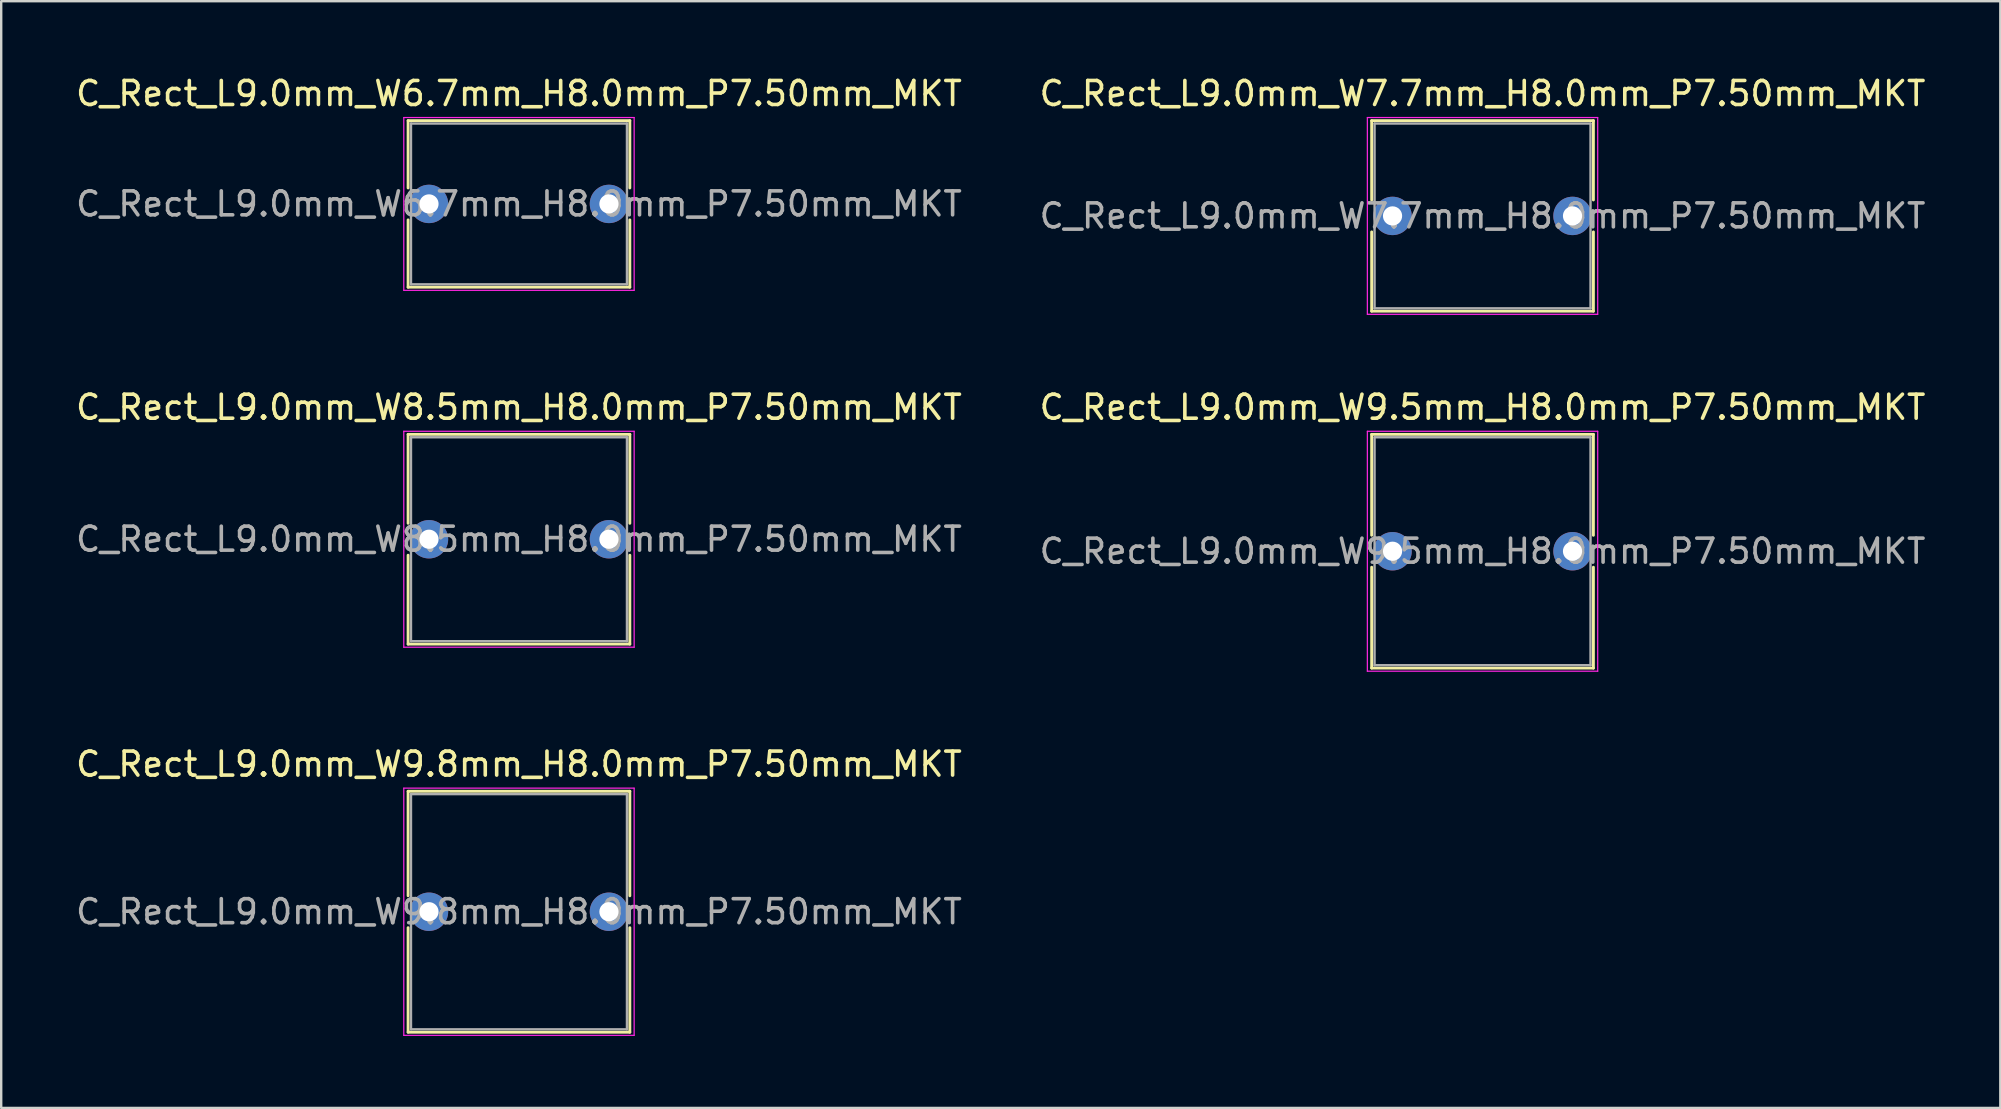
<source format=kicad_pcb>
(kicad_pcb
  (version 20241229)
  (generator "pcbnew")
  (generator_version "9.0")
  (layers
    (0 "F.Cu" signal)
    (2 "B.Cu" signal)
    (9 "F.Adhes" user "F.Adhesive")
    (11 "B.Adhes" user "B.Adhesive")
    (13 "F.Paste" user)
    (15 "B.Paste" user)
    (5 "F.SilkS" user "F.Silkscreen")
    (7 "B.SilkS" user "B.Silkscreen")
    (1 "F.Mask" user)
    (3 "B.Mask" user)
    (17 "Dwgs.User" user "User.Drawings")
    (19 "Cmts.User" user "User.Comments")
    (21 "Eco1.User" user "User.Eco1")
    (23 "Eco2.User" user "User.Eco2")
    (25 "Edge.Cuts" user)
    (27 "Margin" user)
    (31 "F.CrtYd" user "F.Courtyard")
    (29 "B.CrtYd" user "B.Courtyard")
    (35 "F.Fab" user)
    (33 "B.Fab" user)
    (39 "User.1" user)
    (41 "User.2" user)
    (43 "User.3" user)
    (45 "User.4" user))
  (footprint "C_Rect_L9.0mm_W6.7mm_H8.0mm_P7.50mm_MKT"
    (layer "F.Cu")
    (at 14.827 5.448)
    (property "Reference" "C_Rect_L9.0mm_W6.7mm_H8.0mm_P7.50mm_MKT" (at 3.75 -4.6 0) (layer "F.SilkS") (effects (font (size 1 1) (thickness 0.15))))
    (attr through_hole)
    (fp_line (start -0.87 -3.47) (end -0.87 -0.665) (stroke (width 0.12) (type solid)) (layer "F.SilkS"))
    (fp_line (start -0.87 -3.47) (end 8.37 -3.47) (stroke (width 0.12) (type solid)) (layer "F.SilkS"))
    (fp_line (start -0.87 0.665) (end -0.87 3.47) (stroke (width 0.12) (type solid)) (layer "F.SilkS"))
    (fp_line (start -0.87 3.47) (end 8.37 3.47) (stroke (width 0.12) (type solid)) (layer "F.SilkS"))
    (fp_line (start 8.37 -3.47) (end 8.37 -0.665) (stroke (width 0.12) (type solid)) (layer "F.SilkS"))
    (fp_line (start 8.37 0.665) (end 8.37 3.47) (stroke (width 0.12) (type solid)) (layer "F.SilkS"))
    (fp_line (start -1.05 -3.6) (end -1.05 3.6) (stroke (width 0.05) (type solid)) (layer "F.CrtYd"))
    (fp_line (start -1.05 3.6) (end 8.55 3.6) (stroke (width 0.05) (type solid)) (layer "F.CrtYd"))
    (fp_line (start 8.55 -3.6) (end -1.05 -3.6) (stroke (width 0.05) (type solid)) (layer "F.CrtYd"))
    (fp_line (start 8.55 3.6) (end 8.55 -3.6) (stroke (width 0.05) (type solid)) (layer "F.CrtYd"))
    (fp_line (start -0.75 -3.35) (end -0.75 3.35) (stroke (width 0.1) (type solid)) (layer "F.Fab"))
    (fp_line (start -0.75 3.35) (end 8.25 3.35) (stroke (width 0.1) (type solid)) (layer "F.Fab"))
    (fp_line (start 8.25 -3.35) (end -0.75 -3.35) (stroke (width 0.1) (type solid)) (layer "F.Fab"))
    (fp_line (start 8.25 3.35) (end 8.25 -3.35) (stroke (width 0.1) (type solid)) (layer "F.Fab"))
    (fp_text user "${REFERENCE}" (at 3.75 0 0) (layer "F.Fab") (effects (font (size 1 1) (thickness 0.15))))
    (pad "1" thru_hole circle (at 0 0) (size 1.6 1.6) (drill 0.8) (layers "*.Cu" "*.Mask"))
    (pad "2" thru_hole circle (at 7.5 0) (size 1.6 1.6) (drill 0.8) (layers "*.Cu" "*.Mask")))
  (footprint "C_Rect_L9.0mm_W7.7mm_H8.0mm_P7.50mm_MKT"
    (layer "F.Cu")
    (at 54.982 5.948)
    (property "Reference" "C_Rect_L9.0mm_W7.7mm_H8.0mm_P7.50mm_MKT" (at 3.75 -5.1 0) (layer "F.SilkS") (effects (font (size 1 1) (thickness 0.15))))
    (attr through_hole)
    (fp_line (start -0.87 -3.97) (end -0.87 -0.665) (stroke (width 0.12) (type solid)) (layer "F.SilkS"))
    (fp_line (start -0.87 -3.97) (end 8.37 -3.97) (stroke (width 0.12) (type solid)) (layer "F.SilkS"))
    (fp_line (start -0.87 0.665) (end -0.87 3.97) (stroke (width 0.12) (type solid)) (layer "F.SilkS"))
    (fp_line (start -0.87 3.97) (end 8.37 3.97) (stroke (width 0.12) (type solid)) (layer "F.SilkS"))
    (fp_line (start 8.37 -3.97) (end 8.37 -0.665) (stroke (width 0.12) (type solid)) (layer "F.SilkS"))
    (fp_line (start 8.37 0.665) (end 8.37 3.97) (stroke (width 0.12) (type solid)) (layer "F.SilkS"))
    (fp_line (start -1.05 -4.1) (end -1.05 4.1) (stroke (width 0.05) (type solid)) (layer "F.CrtYd"))
    (fp_line (start -1.05 4.1) (end 8.55 4.1) (stroke (width 0.05) (type solid)) (layer "F.CrtYd"))
    (fp_line (start 8.55 -4.1) (end -1.05 -4.1) (stroke (width 0.05) (type solid)) (layer "F.CrtYd"))
    (fp_line (start 8.55 4.1) (end 8.55 -4.1) (stroke (width 0.05) (type solid)) (layer "F.CrtYd"))
    (fp_line (start -0.75 -3.85) (end -0.75 3.85) (stroke (width 0.1) (type solid)) (layer "F.Fab"))
    (fp_line (start -0.75 3.85) (end 8.25 3.85) (stroke (width 0.1) (type solid)) (layer "F.Fab"))
    (fp_line (start 8.25 -3.85) (end -0.75 -3.85) (stroke (width 0.1) (type solid)) (layer "F.Fab"))
    (fp_line (start 8.25 3.85) (end 8.25 -3.85) (stroke (width 0.1) (type solid)) (layer "F.Fab"))
    (fp_text user "${REFERENCE}" (at 3.75 0 0) (layer "F.Fab") (effects (font (size 1 1) (thickness 0.15))))
    (pad "1" thru_hole circle (at 0 0) (size 1.6 1.6) (drill 0.8) (layers "*.Cu" "*.Mask"))
    (pad "2" thru_hole circle (at 7.5 0) (size 1.6 1.6) (drill 0.8) (layers "*.Cu" "*.Mask")))
  (footprint "C_Rect_L9.0mm_W9.8mm_H8.0mm_P7.50mm_MKT"
    (layer "F.Cu")
    (at 14.827 34.945)
    (property "Reference" "C_Rect_L9.0mm_W9.8mm_H8.0mm_P7.50mm_MKT" (at 3.75 -6.15 0) (layer "F.SilkS") (effects (font (size 1 1) (thickness 0.15))))
    (attr through_hole)
    (fp_line (start -0.87 -5.02) (end -0.87 -0.665) (stroke (width 0.12) (type solid)) (layer "F.SilkS"))
    (fp_line (start -0.87 -5.02) (end 8.37 -5.02) (stroke (width 0.12) (type solid)) (layer "F.SilkS"))
    (fp_line (start -0.87 0.665) (end -0.87 5.02) (stroke (width 0.12) (type solid)) (layer "F.SilkS"))
    (fp_line (start -0.87 5.02) (end 8.37 5.02) (stroke (width 0.12) (type solid)) (layer "F.SilkS"))
    (fp_line (start 8.37 -5.02) (end 8.37 -0.665) (stroke (width 0.12) (type solid)) (layer "F.SilkS"))
    (fp_line (start 8.37 0.665) (end 8.37 5.02) (stroke (width 0.12) (type solid)) (layer "F.SilkS"))
    (fp_line (start -1.05 -5.15) (end -1.05 5.15) (stroke (width 0.05) (type solid)) (layer "F.CrtYd"))
    (fp_line (start -1.05 5.15) (end 8.55 5.15) (stroke (width 0.05) (type solid)) (layer "F.CrtYd"))
    (fp_line (start 8.55 -5.15) (end -1.05 -5.15) (stroke (width 0.05) (type solid)) (layer "F.CrtYd"))
    (fp_line (start 8.55 5.15) (end 8.55 -5.15) (stroke (width 0.05) (type solid)) (layer "F.CrtYd"))
    (fp_line (start -0.75 -4.9) (end -0.75 4.9) (stroke (width 0.1) (type solid)) (layer "F.Fab"))
    (fp_line (start -0.75 4.9) (end 8.25 4.9) (stroke (width 0.1) (type solid)) (layer "F.Fab"))
    (fp_line (start 8.25 -4.9) (end -0.75 -4.9) (stroke (width 0.1) (type solid)) (layer "F.Fab"))
    (fp_line (start 8.25 4.9) (end 8.25 -4.9) (stroke (width 0.1) (type solid)) (layer "F.Fab"))
    (fp_text user "${REFERENCE}" (at 3.75 0 0) (layer "F.Fab") (effects (font (size 1 1) (thickness 0.15))))
    (pad "1" thru_hole circle (at 0 0) (size 1.6 1.6) (drill 0.8) (layers "*.Cu" "*.Mask"))
    (pad "2" thru_hole circle (at 7.5 0) (size 1.6 1.6) (drill 0.8) (layers "*.Cu" "*.Mask")))
  (footprint "C_Rect_L9.0mm_W8.5mm_H8.0mm_P7.50mm_MKT"
    (layer "F.Cu")
    (at 14.827 19.422)
    (property "Reference" "C_Rect_L9.0mm_W8.5mm_H8.0mm_P7.50mm_MKT" (at 3.75 -5.5 0) (layer "F.SilkS") (effects (font (size 1 1) (thickness 0.15))))
    (attr through_hole)
    (fp_line (start -0.87 -4.37) (end -0.87 -0.665) (stroke (width 0.12) (type solid)) (layer "F.SilkS"))
    (fp_line (start -0.87 -4.37) (end 8.37 -4.37) (stroke (width 0.12) (type solid)) (layer "F.SilkS"))
    (fp_line (start -0.87 0.665) (end -0.87 4.37) (stroke (width 0.12) (type solid)) (layer "F.SilkS"))
    (fp_line (start -0.87 4.37) (end 8.37 4.37) (stroke (width 0.12) (type solid)) (layer "F.SilkS"))
    (fp_line (start 8.37 -4.37) (end 8.37 -0.665) (stroke (width 0.12) (type solid)) (layer "F.SilkS"))
    (fp_line (start 8.37 0.665) (end 8.37 4.37) (stroke (width 0.12) (type solid)) (layer "F.SilkS"))
    (fp_line (start -1.05 -4.5) (end -1.05 4.5) (stroke (width 0.05) (type solid)) (layer "F.CrtYd"))
    (fp_line (start -1.05 4.5) (end 8.55 4.5) (stroke (width 0.05) (type solid)) (layer "F.CrtYd"))
    (fp_line (start 8.55 -4.5) (end -1.05 -4.5) (stroke (width 0.05) (type solid)) (layer "F.CrtYd"))
    (fp_line (start 8.55 4.5) (end 8.55 -4.5) (stroke (width 0.05) (type solid)) (layer "F.CrtYd"))
    (fp_line (start -0.75 -4.25) (end -0.75 4.25) (stroke (width 0.1) (type solid)) (layer "F.Fab"))
    (fp_line (start -0.75 4.25) (end 8.25 4.25) (stroke (width 0.1) (type solid)) (layer "F.Fab"))
    (fp_line (start 8.25 -4.25) (end -0.75 -4.25) (stroke (width 0.1) (type solid)) (layer "F.Fab"))
    (fp_line (start 8.25 4.25) (end 8.25 -4.25) (stroke (width 0.1) (type solid)) (layer "F.Fab"))
    (fp_text user "${REFERENCE}" (at 3.75 0 0) (layer "F.Fab") (effects (font (size 1 1) (thickness 0.15))))
    (pad "1" thru_hole circle (at 0 0) (size 1.6 1.6) (drill 0.8) (layers "*.Cu" "*.Mask"))
    (pad "2" thru_hole circle (at 7.5 0) (size 1.6 1.6) (drill 0.8) (layers "*.Cu" "*.Mask")))
  (footprint "C_Rect_L9.0mm_W9.5mm_H8.0mm_P7.50mm_MKT"
    (layer "F.Cu")
    (at 54.982 19.922)
    (property "Reference" "C_Rect_L9.0mm_W9.5mm_H8.0mm_P7.50mm_MKT" (at 3.75 -6 0) (layer "F.SilkS") (effects (font (size 1 1) (thickness 0.15))))
    (attr through_hole)
    (fp_line (start -0.87 -4.87) (end -0.87 -0.665) (stroke (width 0.12) (type solid)) (layer "F.SilkS"))
    (fp_line (start -0.87 -4.87) (end 8.37 -4.87) (stroke (width 0.12) (type solid)) (layer "F.SilkS"))
    (fp_line (start -0.87 0.665) (end -0.87 4.87) (stroke (width 0.12) (type solid)) (layer "F.SilkS"))
    (fp_line (start -0.87 4.87) (end 8.37 4.87) (stroke (width 0.12) (type solid)) (layer "F.SilkS"))
    (fp_line (start 8.37 -4.87) (end 8.37 -0.665) (stroke (width 0.12) (type solid)) (layer "F.SilkS"))
    (fp_line (start 8.37 0.665) (end 8.37 4.87) (stroke (width 0.12) (type solid)) (layer "F.SilkS"))
    (fp_line (start -1.05 -5) (end -1.05 5) (stroke (width 0.05) (type solid)) (layer "F.CrtYd"))
    (fp_line (start -1.05 5) (end 8.55 5) (stroke (width 0.05) (type solid)) (layer "F.CrtYd"))
    (fp_line (start 8.55 -5) (end -1.05 -5) (stroke (width 0.05) (type solid)) (layer "F.CrtYd"))
    (fp_line (start 8.55 5) (end 8.55 -5) (stroke (width 0.05) (type solid)) (layer "F.CrtYd"))
    (fp_line (start -0.75 -4.75) (end -0.75 4.75) (stroke (width 0.1) (type solid)) (layer "F.Fab"))
    (fp_line (start -0.75 4.75) (end 8.25 4.75) (stroke (width 0.1) (type solid)) (layer "F.Fab"))
    (fp_line (start 8.25 -4.75) (end -0.75 -4.75) (stroke (width 0.1) (type solid)) (layer "F.Fab"))
    (fp_line (start 8.25 4.75) (end 8.25 -4.75) (stroke (width 0.1) (type solid)) (layer "F.Fab"))
    (fp_text user "${REFERENCE}" (at 3.75 0 0) (layer "F.Fab") (effects (font (size 1 1) (thickness 0.15))))
    (pad "1" thru_hole circle (at 0 0) (size 1.6 1.6) (drill 0.8) (layers "*.Cu" "*.Mask"))
    (pad "2" thru_hole circle (at 7.5 0) (size 1.6 1.6) (drill 0.8) (layers "*.Cu" "*.Mask")))
  (gr_rect
    (start -3 -3)
    (end 80.31 43.12)
    (stroke (width 0.1) (type default))
    (fill no)
    (layer "Edge.Cuts")))
</source>
